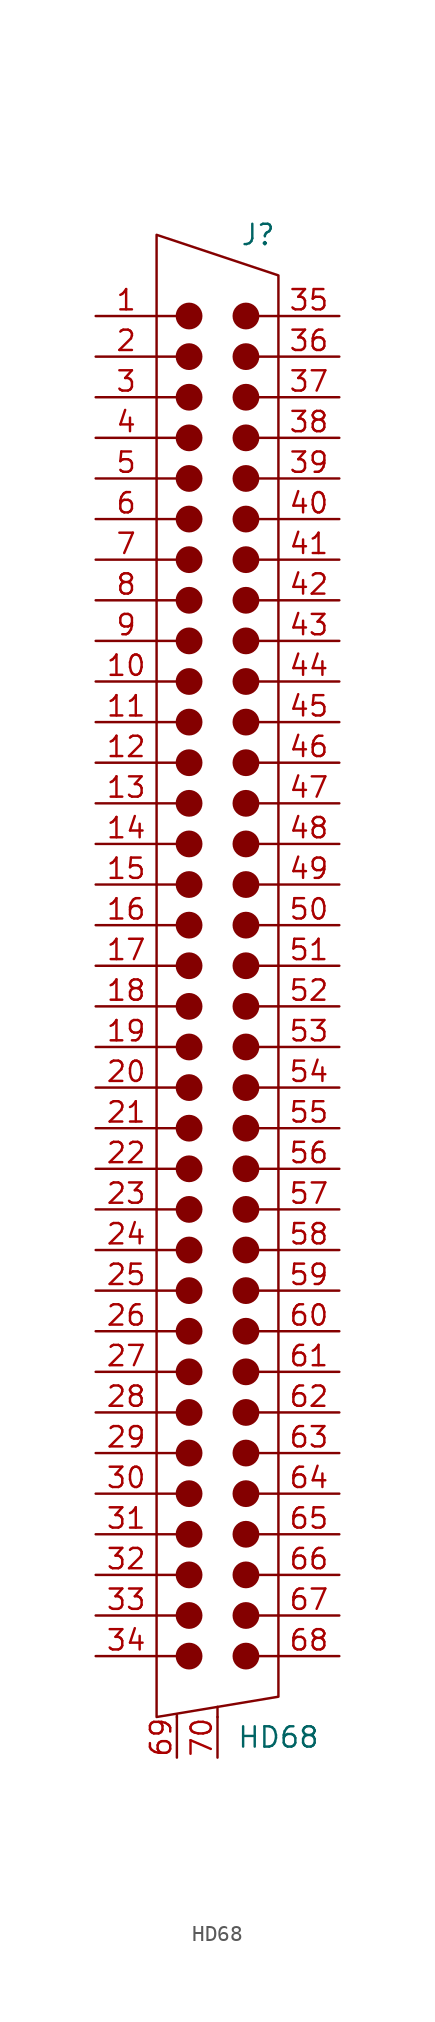
<source format=kicad_sym>
(kicad_symbol_lib
  (version 20211014)
  (generator kicad_symbol_editor)
  (symbol "HD68"
    (pin_names
      (offset 1.016) hide)
    (property "Reference" "J"
      (at 2.54 46.99 0)
      (effects (font (size 1.27 1.27))))
    (property "Value" "HD68"
      (at 3.81 -46.99 0)
      (effects (font (size 1.27 1.27))))
    (symbol "HD68_0_1"
      (rectangle (start -2.54 -45.72) (end -2.54 -45.593) (stroke (width 0) (type default) (color 0 0 0 0)) (fill (type none)))
      (circle (center -1.778 -41.91) (radius 0.762) (stroke (width 0) (type default) (color 0 0 0 0)) (fill (type outline)))
      (circle (center -1.778 -39.37) (radius 0.762) (stroke (width 0) (type default) (color 0 0 0 0)) (fill (type outline)))
      (circle (center -1.778 -36.83) (radius 0.762) (stroke (width 0) (type default) (color 0 0 0 0)) (fill (type outline)))
      (circle (center -1.778 -34.29) (radius 0.762) (stroke (width 0) (type default) (color 0 0 0 0)) (fill (type outline)))
      (circle (center -1.778 -31.75) (radius 0.762) (stroke (width 0) (type default) (color 0 0 0 0)) (fill (type outline)))
      (circle (center -1.778 -29.21) (radius 0.762) (stroke (width 0) (type default) (color 0 0 0 0)) (fill (type outline)))
      (circle (center -1.778 -26.67) (radius 0.762) (stroke (width 0) (type default) (color 0 0 0 0)) (fill (type outline)))
      (circle (center -1.778 -24.13) (radius 0.762) (stroke (width 0) (type default) (color 0 0 0 0)) (fill (type outline)))
      (circle (center -1.778 -21.59) (radius 0.762) (stroke (width 0) (type default) (color 0 0 0 0)) (fill (type outline)))
      (circle (center -1.778 -19.05) (radius 0.762) (stroke (width 0) (type default) (color 0 0 0 0)) (fill (type outline)))
      (circle (center -1.778 -16.51) (radius 0.762) (stroke (width 0) (type default) (color 0 0 0 0)) (fill (type outline)))
      (circle (center -1.778 -13.97) (radius 0.762) (stroke (width 0) (type default) (color 0 0 0 0)) (fill (type outline)))
      (circle (center -1.778 -11.43) (radius 0.762) (stroke (width 0) (type default) (color 0 0 0 0)) (fill (type outline)))
      (circle (center -1.778 -8.89) (radius 0.762) (stroke (width 0) (type default) (color 0 0 0 0)) (fill (type outline)))
      (circle (center -1.778 -6.35) (radius 0.762) (stroke (width 0) (type default) (color 0 0 0 0)) (fill (type outline)))
      (circle (center -1.778 -3.81) (radius 0.762) (stroke (width 0) (type default) (color 0 0 0 0)) (fill (type outline)))
      (circle (center -1.778 -1.27) (radius 0.762) (stroke (width 0) (type default) (color 0 0 0 0)) (fill (type outline)))
      (circle (center -1.778 1.27) (radius 0.762) (stroke (width 0) (type default) (color 0 0 0 0)) (fill (type outline)))
      (circle (center -1.778 3.81) (radius 0.762) (stroke (width 0) (type default) (color 0 0 0 0)) (fill (type outline)))
      (circle (center -1.778 6.35) (radius 0.762) (stroke (width 0) (type default) (color 0 0 0 0)) (fill (type outline)))
      (circle (center -1.778 8.89) (radius 0.762) (stroke (width 0) (type default) (color 0 0 0 0)) (fill (type outline)))
      (circle (center -1.778 11.43) (radius 0.762) (stroke (width 0) (type default) (color 0 0 0 0)) (fill (type outline)))
      (circle (center -1.778 13.97) (radius 0.762) (stroke (width 0) (type default) (color 0 0 0 0)) (fill (type outline)))
      (circle (center -1.778 16.51) (radius 0.762) (stroke (width 0) (type default) (color 0 0 0 0)) (fill (type outline)))
      (circle (center -1.778 19.05) (radius 0.762) (stroke (width 0) (type default) (color 0 0 0 0)) (fill (type outline)))
      (circle (center -1.778 21.59) (radius 0.762) (stroke (width 0) (type default) (color 0 0 0 0)) (fill (type outline)))
      (circle (center -1.778 24.13) (radius 0.762) (stroke (width 0) (type default) (color 0 0 0 0)) (fill (type outline)))
      (circle (center -1.778 26.67) (radius 0.762) (stroke (width 0) (type default) (color 0 0 0 0)) (fill (type outline)))
      (circle (center -1.778 29.21) (radius 0.762) (stroke (width 0) (type default) (color 0 0 0 0)) (fill (type outline)))
      (circle (center -1.778 31.75) (radius 0.762) (stroke (width 0) (type default) (color 0 0 0 0)) (fill (type outline)))
      (circle (center -1.778 34.29) (radius 0.762) (stroke (width 0) (type default) (color 0 0 0 0)) (fill (type outline)))
      (circle (center -1.778 36.83) (radius 0.762) (stroke (width 0) (type default) (color 0 0 0 0)) (fill (type outline)))
      (circle (center -1.778 39.37) (radius 0.762) (stroke (width 0) (type default) (color 0 0 0 0)) (fill (type outline)))
      (circle (center -1.778 41.91) (radius 0.762) (stroke (width 0) (type default) (color 0 0 0 0)) (fill (type outline)))
      (rectangle (start 0 -45.72) (end 0 -45.085) (stroke (width 0) (type default) (color 0 0 0 0)) (fill (type none)))
      (polyline (pts (xy -3.81 -41.91) (xy -2.54 -41.91)) (stroke (width 0) (type default) (color 0 0 0 0)) (fill (type none)))
      (polyline (pts (xy -3.81 -39.37) (xy -2.54 -39.37)) (stroke (width 0) (type default) (color 0 0 0 0)) (fill (type none)))
      (polyline (pts (xy -3.81 -36.83) (xy -2.54 -36.83)) (stroke (width 0) (type default) (color 0 0 0 0)) (fill (type none)))
      (polyline (pts (xy -3.81 -34.29) (xy -2.54 -34.29)) (stroke (width 0) (type default) (color 0 0 0 0)) (fill (type none)))
      (polyline (pts (xy -3.81 -31.75) (xy -2.54 -31.75)) (stroke (width 0) (type default) (color 0 0 0 0)) (fill (type none)))
      (polyline (pts (xy -3.81 -29.21) (xy -2.54 -29.21)) (stroke (width 0) (type default) (color 0 0 0 0)) (fill (type none)))
      (polyline (pts (xy -3.81 -26.67) (xy -2.54 -26.67)) (stroke (width 0) (type default) (color 0 0 0 0)) (fill (type none)))
      (polyline (pts (xy -3.81 -24.13) (xy -2.54 -24.13)) (stroke (width 0) (type default) (color 0 0 0 0)) (fill (type none)))
      (polyline (pts (xy -3.81 -21.59) (xy -2.54 -21.59)) (stroke (width 0) (type default) (color 0 0 0 0)) (fill (type none)))
      (polyline (pts (xy -3.81 -19.05) (xy -2.54 -19.05)) (stroke (width 0) (type default) (color 0 0 0 0)) (fill (type none)))
      (polyline (pts (xy -3.81 -16.51) (xy -2.54 -16.51)) (stroke (width 0) (type default) (color 0 0 0 0)) (fill (type none)))
      (polyline (pts (xy -3.81 -13.97) (xy -2.54 -13.97)) (stroke (width 0) (type default) (color 0 0 0 0)) (fill (type none)))
      (polyline (pts (xy -3.81 -11.43) (xy -2.54 -11.43)) (stroke (width 0) (type default) (color 0 0 0 0)) (fill (type none)))
      (polyline (pts (xy -3.81 -8.89) (xy -2.54 -8.89)) (stroke (width 0) (type default) (color 0 0 0 0)) (fill (type none)))
      (polyline (pts (xy -3.81 -6.35) (xy -2.54 -6.35)) (stroke (width 0) (type default) (color 0 0 0 0)) (fill (type none)))
      (polyline (pts (xy -3.81 -3.81) (xy -2.54 -3.81)) (stroke (width 0) (type default) (color 0 0 0 0)) (fill (type none)))
      (polyline (pts (xy -3.81 -1.27) (xy -2.54 -1.27)) (stroke (width 0) (type default) (color 0 0 0 0)) (fill (type none)))
      (polyline (pts (xy -3.81 1.27) (xy -2.54 1.27)) (stroke (width 0) (type default) (color 0 0 0 0)) (fill (type none)))
      (polyline (pts (xy -3.81 3.81) (xy -2.54 3.81)) (stroke (width 0) (type default) (color 0 0 0 0)) (fill (type none)))
      (polyline (pts (xy -3.81 6.35) (xy -2.54 6.35)) (stroke (width 0) (type default) (color 0 0 0 0)) (fill (type none)))
      (polyline (pts (xy -3.81 8.89) (xy -2.54 8.89)) (stroke (width 0) (type default) (color 0 0 0 0)) (fill (type none)))
      (polyline (pts (xy -3.81 11.43) (xy -2.54 11.43)) (stroke (width 0) (type default) (color 0 0 0 0)) (fill (type none)))
      (polyline (pts (xy -3.81 13.97) (xy -2.54 13.97)) (stroke (width 0) (type default) (color 0 0 0 0)) (fill (type none)))
      (polyline (pts (xy -3.81 16.51) (xy -2.54 16.51)) (stroke (width 0) (type default) (color 0 0 0 0)) (fill (type none)))
      (polyline (pts (xy -3.81 19.05) (xy -2.54 19.05)) (stroke (width 0) (type default) (color 0 0 0 0)) (fill (type none)))
      (polyline (pts (xy -3.81 21.59) (xy -2.54 21.59)) (stroke (width 0) (type default) (color 0 0 0 0)) (fill (type none)))
      (polyline (pts (xy -3.81 24.13) (xy -2.54 24.13)) (stroke (width 0) (type default) (color 0 0 0 0)) (fill (type none)))
      (polyline (pts (xy -3.81 26.67) (xy -2.54 26.67)) (stroke (width 0) (type default) (color 0 0 0 0)) (fill (type none)))
      (polyline (pts (xy -3.81 29.21) (xy -2.54 29.21)) (stroke (width 0) (type default) (color 0 0 0 0)) (fill (type none)))
      (polyline (pts (xy -3.81 31.75) (xy -2.54 31.75)) (stroke (width 0) (type default) (color 0 0 0 0)) (fill (type none)))
      (polyline (pts (xy -3.81 34.29) (xy -2.54 34.29)) (stroke (width 0) (type default) (color 0 0 0 0)) (fill (type none)))
      (polyline (pts (xy -3.81 36.83) (xy -2.54 36.83)) (stroke (width 0) (type default) (color 0 0 0 0)) (fill (type none)))
      (polyline (pts (xy -3.81 39.37) (xy -2.54 39.37)) (stroke (width 0) (type default) (color 0 0 0 0)) (fill (type none)))
      (polyline (pts (xy -3.81 41.91) (xy -2.54 41.91)) (stroke (width 0) (type default) (color 0 0 0 0)) (fill (type none)))
      (polyline (pts (xy 3.81 -41.91) (xy 2.54 -41.91)) (stroke (width 0) (type default) (color 0 0 0 0)) (fill (type none)))
      (polyline (pts (xy 3.81 -39.37) (xy 2.54 -39.37)) (stroke (width 0) (type default) (color 0 0 0 0)) (fill (type none)))
      (polyline (pts (xy 3.81 -36.83) (xy 2.54 -36.83)) (stroke (width 0) (type default) (color 0 0 0 0)) (fill (type none)))
      (polyline (pts (xy 3.81 -34.29) (xy 2.54 -34.29)) (stroke (width 0) (type default) (color 0 0 0 0)) (fill (type none)))
      (polyline (pts (xy 3.81 -31.75) (xy 2.54 -31.75)) (stroke (width 0) (type default) (color 0 0 0 0)) (fill (type none)))
      (polyline (pts (xy 3.81 -29.21) (xy 2.54 -29.21)) (stroke (width 0) (type default) (color 0 0 0 0)) (fill (type none)))
      (polyline (pts (xy 3.81 -26.67) (xy 2.54 -26.67)) (stroke (width 0) (type default) (color 0 0 0 0)) (fill (type none)))
      (polyline (pts (xy 3.81 -24.13) (xy 2.54 -24.13)) (stroke (width 0) (type default) (color 0 0 0 0)) (fill (type none)))
      (polyline (pts (xy 3.81 -21.59) (xy 2.54 -21.59)) (stroke (width 0) (type default) (color 0 0 0 0)) (fill (type none)))
      (polyline (pts (xy 3.81 -19.05) (xy 2.54 -19.05)) (stroke (width 0) (type default) (color 0 0 0 0)) (fill (type none)))
      (polyline (pts (xy 3.81 -16.51) (xy 2.54 -16.51)) (stroke (width 0) (type default) (color 0 0 0 0)) (fill (type none)))
      (polyline (pts (xy 3.81 -13.97) (xy 2.54 -13.97)) (stroke (width 0) (type default) (color 0 0 0 0)) (fill (type none)))
      (polyline (pts (xy 3.81 -11.43) (xy 2.54 -11.43)) (stroke (width 0) (type default) (color 0 0 0 0)) (fill (type none)))
      (polyline (pts (xy 3.81 -8.89) (xy 2.54 -8.89)) (stroke (width 0) (type default) (color 0 0 0 0)) (fill (type none)))
      (polyline (pts (xy 3.81 -6.35) (xy 2.54 -6.35)) (stroke (width 0) (type default) (color 0 0 0 0)) (fill (type none)))
      (polyline (pts (xy 3.81 -3.81) (xy 2.54 -3.81)) (stroke (width 0) (type default) (color 0 0 0 0)) (fill (type none)))
      (polyline (pts (xy 3.81 -1.27) (xy 2.54 -1.27)) (stroke (width 0) (type default) (color 0 0 0 0)) (fill (type none)))
      (polyline (pts (xy 3.81 1.27) (xy 2.54 1.27)) (stroke (width 0) (type default) (color 0 0 0 0)) (fill (type none)))
      (polyline (pts (xy 3.81 3.81) (xy 2.54 3.81)) (stroke (width 0) (type default) (color 0 0 0 0)) (fill (type none)))
      (polyline (pts (xy 3.81 6.35) (xy 2.54 6.35)) (stroke (width 0) (type default) (color 0 0 0 0)) (fill (type none)))
      (polyline (pts (xy 3.81 8.89) (xy 2.54 8.89)) (stroke (width 0) (type default) (color 0 0 0 0)) (fill (type none)))
      (polyline (pts (xy 3.81 11.43) (xy 2.54 11.43)) (stroke (width 0) (type default) (color 0 0 0 0)) (fill (type none)))
      (polyline (pts (xy 3.81 13.97) (xy 2.54 13.97)) (stroke (width 0) (type default) (color 0 0 0 0)) (fill (type none)))
      (polyline (pts (xy 3.81 16.51) (xy 2.54 16.51)) (stroke (width 0) (type default) (color 0 0 0 0)) (fill (type none)))
      (polyline (pts (xy 3.81 19.05) (xy 2.54 19.05)) (stroke (width 0) (type default) (color 0 0 0 0)) (fill (type none)))
      (polyline (pts (xy 3.81 21.59) (xy 2.54 21.59)) (stroke (width 0) (type default) (color 0 0 0 0)) (fill (type none)))
      (polyline (pts (xy 3.81 24.13) (xy 2.54 24.13)) (stroke (width 0) (type default) (color 0 0 0 0)) (fill (type none)))
      (polyline (pts (xy 3.81 26.67) (xy 2.54 26.67)) (stroke (width 0) (type default) (color 0 0 0 0)) (fill (type none)))
      (polyline (pts (xy 3.81 29.21) (xy 2.54 29.21)) (stroke (width 0) (type default) (color 0 0 0 0)) (fill (type none)))
      (polyline (pts (xy 3.81 31.75) (xy 2.54 31.75)) (stroke (width 0) (type default) (color 0 0 0 0)) (fill (type none)))
      (polyline (pts (xy 3.81 34.29) (xy 2.54 34.29)) (stroke (width 0) (type default) (color 0 0 0 0)) (fill (type none)))
      (polyline (pts (xy 3.81 36.83) (xy 2.54 36.83)) (stroke (width 0) (type default) (color 0 0 0 0)) (fill (type none)))
      (polyline (pts (xy 3.81 39.37) (xy 2.54 39.37)) (stroke (width 0) (type default) (color 0 0 0 0)) (fill (type none)))
      (polyline (pts (xy 3.81 41.91) (xy 2.54 41.91)) (stroke (width 0) (type default) (color 0 0 0 0)) (fill (type none)))
      (polyline (pts (xy 3.81 44.45) (xy -3.81 46.99) (xy -3.81 -45.72) (xy 3.81 -44.45) (xy 3.81 44.45)) (stroke (width 0) (type default) (color 0 0 0 0)) (fill (type none)))
      (circle (center 1.778 -41.91) (radius 0.762) (stroke (width 0) (type default) (color 0 0 0 0)) (fill (type outline)))
      (circle (center 1.778 -39.37) (radius 0.762) (stroke (width 0) (type default) (color 0 0 0 0)) (fill (type outline)))
      (circle (center 1.778 -36.83) (radius 0.762) (stroke (width 0) (type default) (color 0 0 0 0)) (fill (type outline)))
      (circle (center 1.778 -34.29) (radius 0.762) (stroke (width 0) (type default) (color 0 0 0 0)) (fill (type outline)))
      (circle (center 1.778 -31.75) (radius 0.762) (stroke (width 0) (type default) (color 0 0 0 0)) (fill (type outline)))
      (circle (center 1.778 -29.21) (radius 0.762) (stroke (width 0) (type default) (color 0 0 0 0)) (fill (type outline)))
      (circle (center 1.778 -26.67) (radius 0.762) (stroke (width 0) (type default) (color 0 0 0 0)) (fill (type outline)))
      (circle (center 1.778 -24.13) (radius 0.762) (stroke (width 0) (type default) (color 0 0 0 0)) (fill (type outline)))
      (circle (center 1.778 -21.59) (radius 0.762) (stroke (width 0) (type default) (color 0 0 0 0)) (fill (type outline)))
      (circle (center 1.778 -19.05) (radius 0.762) (stroke (width 0) (type default) (color 0 0 0 0)) (fill (type outline)))
      (circle (center 1.778 -16.51) (radius 0.762) (stroke (width 0) (type default) (color 0 0 0 0)) (fill (type outline)))
      (circle (center 1.778 -13.97) (radius 0.762) (stroke (width 0) (type default) (color 0 0 0 0)) (fill (type outline)))
      (circle (center 1.778 -11.43) (radius 0.762) (stroke (width 0) (type default) (color 0 0 0 0)) (fill (type outline)))
      (circle (center 1.778 -8.89) (radius 0.762) (stroke (width 0) (type default) (color 0 0 0 0)) (fill (type outline)))
      (circle (center 1.778 -6.35) (radius 0.762) (stroke (width 0) (type default) (color 0 0 0 0)) (fill (type outline)))
      (circle (center 1.778 -3.81) (radius 0.762) (stroke (width 0) (type default) (color 0 0 0 0)) (fill (type outline)))
      (circle (center 1.778 -1.27) (radius 0.762) (stroke (width 0) (type default) (color 0 0 0 0)) (fill (type outline)))
      (circle (center 1.778 1.27) (radius 0.762) (stroke (width 0) (type default) (color 0 0 0 0)) (fill (type outline)))
      (circle (center 1.778 3.81) (radius 0.762) (stroke (width 0) (type default) (color 0 0 0 0)) (fill (type outline)))
      (circle (center 1.778 6.35) (radius 0.762) (stroke (width 0) (type default) (color 0 0 0 0)) (fill (type outline)))
      (circle (center 1.778 8.89) (radius 0.762) (stroke (width 0) (type default) (color 0 0 0 0)) (fill (type outline)))
      (circle (center 1.778 11.43) (radius 0.762) (stroke (width 0) (type default) (color 0 0 0 0)) (fill (type outline)))
      (circle (center 1.778 13.97) (radius 0.762) (stroke (width 0) (type default) (color 0 0 0 0)) (fill (type outline)))
      (circle (center 1.778 16.51) (radius 0.762) (stroke (width 0) (type default) (color 0 0 0 0)) (fill (type outline)))
      (circle (center 1.778 19.05) (radius 0.762) (stroke (width 0) (type default) (color 0 0 0 0)) (fill (type outline)))
      (circle (center 1.778 21.59) (radius 0.762) (stroke (width 0) (type default) (color 0 0 0 0)) (fill (type outline)))
      (circle (center 1.778 24.13) (radius 0.762) (stroke (width 0) (type default) (color 0 0 0 0)) (fill (type outline)))
      (circle (center 1.778 26.67) (radius 0.762) (stroke (width 0) (type default) (color 0 0 0 0)) (fill (type outline)))
      (circle (center 1.778 29.21) (radius 0.762) (stroke (width 0) (type default) (color 0 0 0 0)) (fill (type outline)))
      (circle (center 1.778 31.75) (radius 0.762) (stroke (width 0) (type default) (color 0 0 0 0)) (fill (type outline)))
      (circle (center 1.778 34.29) (radius 0.762) (stroke (width 0) (type default) (color 0 0 0 0)) (fill (type outline)))
      (circle (center 1.778 36.83) (radius 0.762) (stroke (width 0) (type default) (color 0 0 0 0)) (fill (type outline)))
      (circle (center 1.778 39.37) (radius 0.762) (stroke (width 0) (type default) (color 0 0 0 0)) (fill (type outline)))
      (circle (center 1.778 41.91) (radius 0.762) (stroke (width 0) (type default) (color 0 0 0 0)) (fill (type outline))))
    (symbol "HD68_1_1"
      (pin passive line (at -7.62 41.91 0) (length 3.81) (name "1" (effects (font (size 1.27 1.27)))) (number "1" (effects (font (size 1.27 1.27)))))
      (pin passive line (at -7.62 19.05 0) (length 3.81) (name "10" (effects (font (size 1.27 1.27)))) (number "10" (effects (font (size 1.27 1.27)))))
      (pin passive line (at -7.62 16.51 0) (length 3.81) (name "11" (effects (font (size 1.27 1.27)))) (number "11" (effects (font (size 1.27 1.27)))))
      (pin passive line (at -7.62 13.97 0) (length 3.81) (name "12" (effects (font (size 1.27 1.27)))) (number "12" (effects (font (size 1.27 1.27)))))
      (pin passive line (at -7.62 11.43 0) (length 3.81) (name "13" (effects (font (size 1.27 1.27)))) (number "13" (effects (font (size 1.27 1.27)))))
      (pin passive line (at -7.62 8.89 0) (length 3.81) (name "14" (effects (font (size 1.27 1.27)))) (number "14" (effects (font (size 1.27 1.27)))))
      (pin passive line (at -7.62 6.35 0) (length 3.81) (name "15" (effects (font (size 1.27 1.27)))) (number "15" (effects (font (size 1.27 1.27)))))
      (pin passive line (at -7.62 3.81 0) (length 3.81) (name "16" (effects (font (size 1.27 1.27)))) (number "16" (effects (font (size 1.27 1.27)))))
      (pin passive line (at -7.62 1.27 0) (length 3.81) (name "17" (effects (font (size 1.27 1.27)))) (number "17" (effects (font (size 1.27 1.27)))))
      (pin passive line (at -7.62 -1.27 0) (length 3.81) (name "18" (effects (font (size 1.27 1.27)))) (number "18" (effects (font (size 1.27 1.27)))))
      (pin passive line (at -7.62 -3.81 0) (length 3.81) (name "19" (effects (font (size 1.27 1.27)))) (number "19" (effects (font (size 1.27 1.27)))))
      (pin passive line (at -7.62 39.37 0) (length 3.81) (name "2" (effects (font (size 1.27 1.27)))) (number "2" (effects (font (size 1.27 1.27)))))
      (pin passive line (at -7.62 -6.35 0) (length 3.81) (name "20" (effects (font (size 1.27 1.27)))) (number "20" (effects (font (size 1.27 1.27)))))
      (pin passive line (at -7.62 -8.89 0) (length 3.81) (name "21" (effects (font (size 1.27 1.27)))) (number "21" (effects (font (size 1.27 1.27)))))
      (pin passive line (at -7.62 -11.43 0) (length 3.81) (name "22" (effects (font (size 1.27 1.27)))) (number "22" (effects (font (size 1.27 1.27)))))
      (pin passive line (at -7.62 -13.97 0) (length 3.81) (name "23" (effects (font (size 1.27 1.27)))) (number "23" (effects (font (size 1.27 1.27)))))
      (pin passive line (at -7.62 -16.51 0) (length 3.81) (name "24" (effects (font (size 1.27 1.27)))) (number "24" (effects (font (size 1.27 1.27)))))
      (pin passive line (at -7.62 -19.05 0) (length 3.81) (name "25" (effects (font (size 1.27 1.27)))) (number "25" (effects (font (size 1.27 1.27)))))
      (pin passive line (at -7.62 -21.59 0) (length 3.81) (name "26" (effects (font (size 1.27 1.27)))) (number "26" (effects (font (size 1.27 1.27)))))
      (pin passive line (at -7.62 -24.13 0) (length 3.81) (name "27" (effects (font (size 1.27 1.27)))) (number "27" (effects (font (size 1.27 1.27)))))
      (pin passive line (at -7.62 -26.67 0) (length 3.81) (name "28" (effects (font (size 1.27 1.27)))) (number "28" (effects (font (size 1.27 1.27)))))
      (pin passive line (at -7.62 -29.21 0) (length 3.81) (name "29" (effects (font (size 1.27 1.27)))) (number "29" (effects (font (size 1.27 1.27)))))
      (pin passive line (at -7.62 36.83 0) (length 3.81) (name "3" (effects (font (size 1.27 1.27)))) (number "3" (effects (font (size 1.27 1.27)))))
      (pin passive line (at -7.62 -31.75 0) (length 3.81) (name "30" (effects (font (size 1.27 1.27)))) (number "30" (effects (font (size 1.27 1.27)))))
      (pin passive line (at -7.62 -34.29 0) (length 3.81) (name "31" (effects (font (size 1.27 1.27)))) (number "31" (effects (font (size 1.27 1.27)))))
      (pin passive line (at -7.62 -36.83 0) (length 3.81) (name "32" (effects (font (size 1.27 1.27)))) (number "32" (effects (font (size 1.27 1.27)))))
      (pin passive line (at -7.62 -39.37 0) (length 3.81) (name "33" (effects (font (size 1.27 1.27)))) (number "33" (effects (font (size 1.27 1.27)))))
      (pin passive line (at -7.62 -41.91 0) (length 3.81) (name "34" (effects (font (size 1.27 1.27)))) (number "34" (effects (font (size 1.27 1.27)))))
      (pin passive line (at 7.62 41.91 180) (length 3.81) (name "35" (effects (font (size 1.27 1.27)))) (number "35" (effects (font (size 1.27 1.27)))))
      (pin passive line (at 7.62 39.37 180) (length 3.81) (name "36" (effects (font (size 1.27 1.27)))) (number "36" (effects (font (size 1.27 1.27)))))
      (pin passive line (at 7.62 36.83 180) (length 3.81) (name "37" (effects (font (size 1.27 1.27)))) (number "37" (effects (font (size 1.27 1.27)))))
      (pin passive line (at 7.62 34.29 180) (length 3.81) (name "38" (effects (font (size 1.27 1.27)))) (number "38" (effects (font (size 1.27 1.27)))))
      (pin passive line (at 7.62 31.75 180) (length 3.81) (name "39" (effects (font (size 1.27 1.27)))) (number "39" (effects (font (size 1.27 1.27)))))
      (pin passive line (at -7.62 34.29 0) (length 3.81) (name "4" (effects (font (size 1.27 1.27)))) (number "4" (effects (font (size 1.27 1.27)))))
      (pin passive line (at 7.62 29.21 180) (length 3.81) (name "40" (effects (font (size 1.27 1.27)))) (number "40" (effects (font (size 1.27 1.27)))))
      (pin passive line (at 7.62 26.67 180) (length 3.81) (name "41" (effects (font (size 1.27 1.27)))) (number "41" (effects (font (size 1.27 1.27)))))
      (pin passive line (at 7.62 24.13 180) (length 3.81) (name "42" (effects (font (size 1.27 1.27)))) (number "42" (effects (font (size 1.27 1.27)))))
      (pin passive line (at 7.62 21.59 180) (length 3.81) (name "43" (effects (font (size 1.27 1.27)))) (number "43" (effects (font (size 1.27 1.27)))))
      (pin passive line (at 7.62 19.05 180) (length 3.81) (name "44" (effects (font (size 1.27 1.27)))) (number "44" (effects (font (size 1.27 1.27)))))
      (pin passive line (at 7.62 16.51 180) (length 3.81) (name "45" (effects (font (size 1.27 1.27)))) (number "45" (effects (font (size 1.27 1.27)))))
      (pin passive line (at 7.62 13.97 180) (length 3.81) (name "46" (effects (font (size 1.27 1.27)))) (number "46" (effects (font (size 1.27 1.27)))))
      (pin passive line (at 7.62 11.43 180) (length 3.81) (name "47" (effects (font (size 1.27 1.27)))) (number "47" (effects (font (size 1.27 1.27)))))
      (pin passive line (at 7.62 8.89 180) (length 3.81) (name "48" (effects (font (size 1.27 1.27)))) (number "48" (effects (font (size 1.27 1.27)))))
      (pin passive line (at 7.62 6.35 180) (length 3.81) (name "49" (effects (font (size 1.27 1.27)))) (number "49" (effects (font (size 1.27 1.27)))))
      (pin passive line (at -7.62 31.75 0) (length 3.81) (name "5" (effects (font (size 1.27 1.27)))) (number "5" (effects (font (size 1.27 1.27)))))
      (pin passive line (at 7.62 3.81 180) (length 3.81) (name "50" (effects (font (size 1.27 1.27)))) (number "50" (effects (font (size 1.27 1.27)))))
      (pin passive line (at 7.62 1.27 180) (length 3.81) (name "51" (effects (font (size 1.27 1.27)))) (number "51" (effects (font (size 1.27 1.27)))))
      (pin passive line (at 7.62 -1.27 180) (length 3.81) (name "52" (effects (font (size 1.27 1.27)))) (number "52" (effects (font (size 1.27 1.27)))))
      (pin passive line (at 7.62 -3.81 180) (length 3.81) (name "53" (effects (font (size 1.27 1.27)))) (number "53" (effects (font (size 1.27 1.27)))))
      (pin passive line (at 7.62 -6.35 180) (length 3.81) (name "54" (effects (font (size 1.27 1.27)))) (number "54" (effects (font (size 1.27 1.27)))))
      (pin passive line (at 7.62 -8.89 180) (length 3.81) (name "55" (effects (font (size 1.27 1.27)))) (number "55" (effects (font (size 1.27 1.27)))))
      (pin passive line (at 7.62 -11.43 180) (length 3.81) (name "56" (effects (font (size 1.27 1.27)))) (number "56" (effects (font (size 1.27 1.27)))))
      (pin passive line (at 7.62 -13.97 180) (length 3.81) (name "57" (effects (font (size 1.27 1.27)))) (number "57" (effects (font (size 1.27 1.27)))))
      (pin passive line (at 7.62 -16.51 180) (length 3.81) (name "58" (effects (font (size 1.27 1.27)))) (number "58" (effects (font (size 1.27 1.27)))))
      (pin passive line (at 7.62 -19.05 180) (length 3.81) (name "59" (effects (font (size 1.27 1.27)))) (number "59" (effects (font (size 1.27 1.27)))))
      (pin passive line (at -7.62 29.21 0) (length 3.81) (name "6" (effects (font (size 1.27 1.27)))) (number "6" (effects (font (size 1.27 1.27)))))
      (pin passive line (at 7.62 -21.59 180) (length 3.81) (name "60" (effects (font (size 1.27 1.27)))) (number "60" (effects (font (size 1.27 1.27)))))
      (pin passive line (at 7.62 -24.13 180) (length 3.81) (name "61" (effects (font (size 1.27 1.27)))) (number "61" (effects (font (size 1.27 1.27)))))
      (pin passive line (at 7.62 -26.67 180) (length 3.81) (name "62" (effects (font (size 1.27 1.27)))) (number "62" (effects (font (size 1.27 1.27)))))
      (pin passive line (at 7.62 -29.21 180) (length 3.81) (name "63" (effects (font (size 1.27 1.27)))) (number "63" (effects (font (size 1.27 1.27)))))
      (pin passive line (at 7.62 -31.75 180) (length 3.81) (name "64" (effects (font (size 1.27 1.27)))) (number "64" (effects (font (size 1.27 1.27)))))
      (pin passive line (at 7.62 -34.29 180) (length 3.81) (name "65" (effects (font (size 1.27 1.27)))) (number "65" (effects (font (size 1.27 1.27)))))
      (pin passive line (at 7.62 -36.83 180) (length 3.81) (name "66" (effects (font (size 1.27 1.27)))) (number "66" (effects (font (size 1.27 1.27)))))
      (pin passive line (at 7.62 -39.37 180) (length 3.81) (name "67" (effects (font (size 1.27 1.27)))) (number "67" (effects (font (size 1.27 1.27)))))
      (pin passive line (at 7.62 -41.91 180) (length 3.81) (name "68" (effects (font (size 1.27 1.27)))) (number "68" (effects (font (size 1.27 1.27)))))
      (pin passive line (at -2.54 -48.26 90) (length 2.54) (name "69" (effects (font (size 1.27 1.27)))) (number "69" (effects (font (size 1.27 1.27)))))
      (pin passive line (at -7.62 26.67 0) (length 3.81) (name "7" (effects (font (size 1.27 1.27)))) (number "7" (effects (font (size 1.27 1.27)))))
      (pin passive line (at 0 -48.26 90) (length 2.54) (name "70" (effects (font (size 1.27 1.27)))) (number "70" (effects (font (size 1.27 1.27)))))
      (pin passive line (at -7.62 24.13 0) (length 3.81) (name "8" (effects (font (size 1.27 1.27)))) (number "8" (effects (font (size 1.27 1.27)))))
      (pin passive line (at -7.62 21.59 0) (length 3.81) (name "9" (effects (font (size 1.27 1.27)))) (number "9" (effects (font (size 1.27 1.27))))))))
</source>
